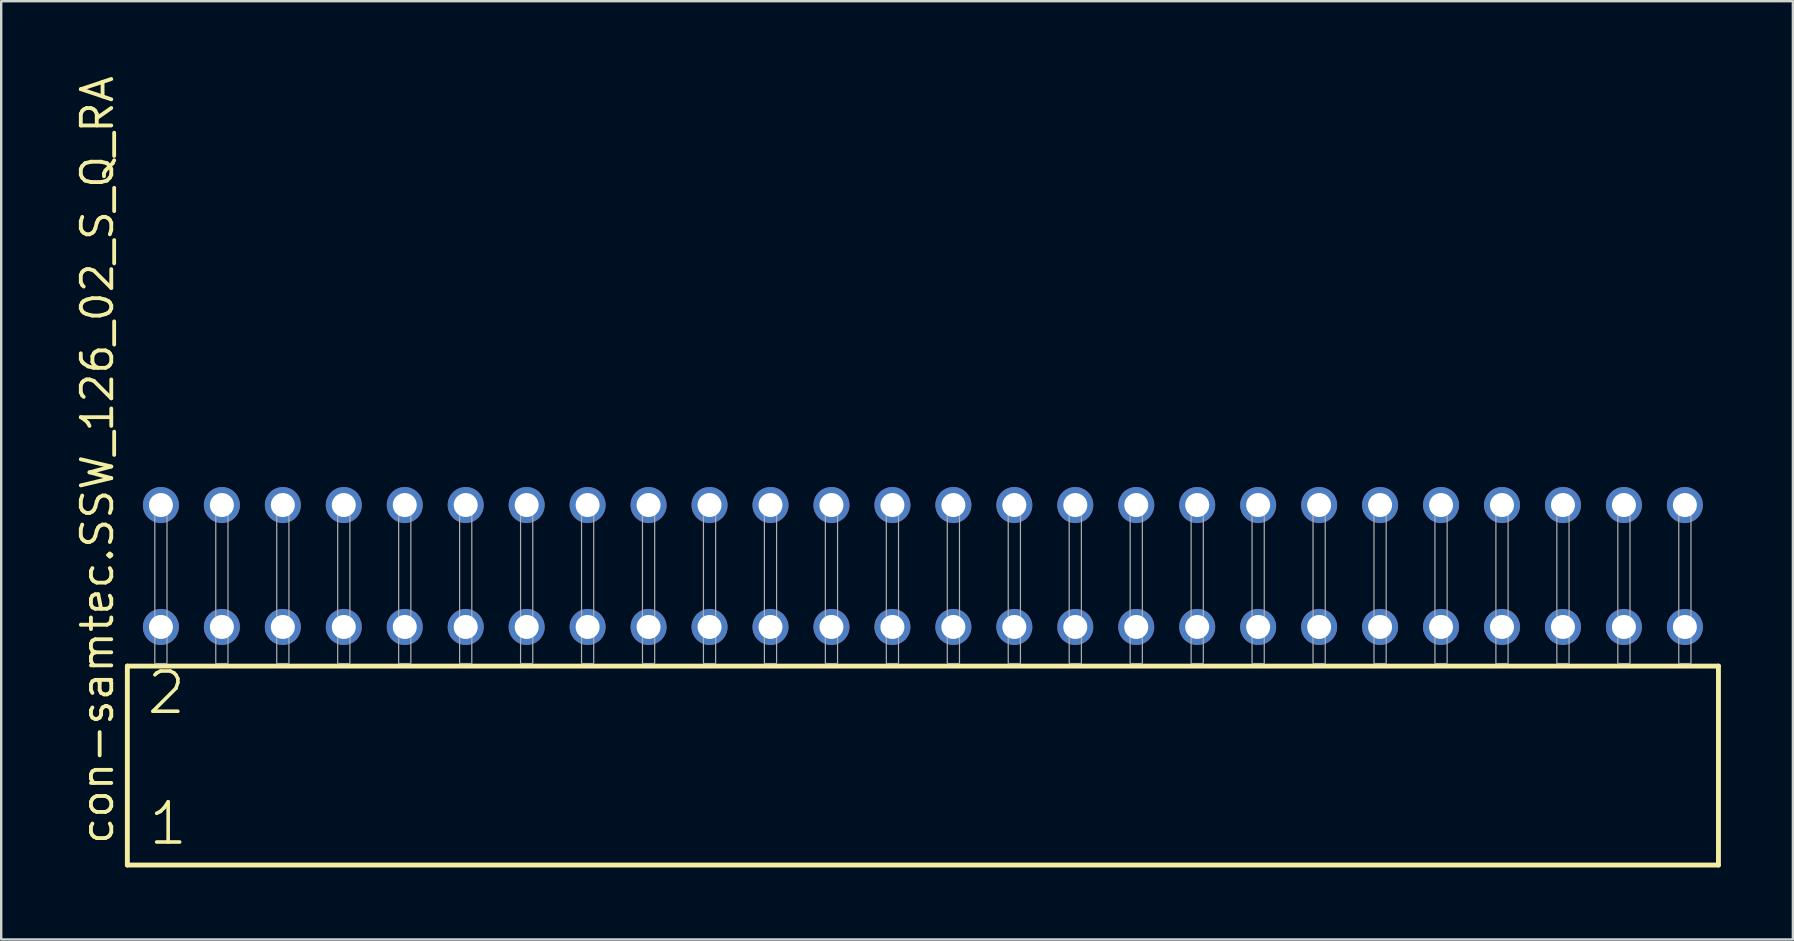
<source format=kicad_pcb>
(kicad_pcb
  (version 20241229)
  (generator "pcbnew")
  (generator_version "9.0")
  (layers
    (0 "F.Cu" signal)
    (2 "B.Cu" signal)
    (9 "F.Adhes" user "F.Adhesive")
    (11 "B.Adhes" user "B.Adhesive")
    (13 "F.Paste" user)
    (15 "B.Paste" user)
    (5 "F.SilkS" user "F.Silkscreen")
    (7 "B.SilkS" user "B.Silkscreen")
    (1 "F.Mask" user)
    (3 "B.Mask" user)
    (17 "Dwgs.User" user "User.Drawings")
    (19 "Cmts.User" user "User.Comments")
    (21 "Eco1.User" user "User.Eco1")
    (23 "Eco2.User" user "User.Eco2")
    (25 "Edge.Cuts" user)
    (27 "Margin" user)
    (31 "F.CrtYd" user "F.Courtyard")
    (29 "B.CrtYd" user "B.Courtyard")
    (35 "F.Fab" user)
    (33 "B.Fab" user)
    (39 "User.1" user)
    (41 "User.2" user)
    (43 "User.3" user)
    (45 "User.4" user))
  (footprint "con-samtec.SSW_126_02_S_Q_RA"
    (layer "F.Cu")
    (at 35.405 24.598)
    (property "Reference" "con-samtec.SSW_126_02_S_Q_RA" (at -33.655 7.62 90) (layer "F.SilkS") (effects (font (size 1.27 1.27) (thickness 0.16)) (justify left bottom)))
    (attr through_hole)
    (fp_line (start -33.149 0.106) (end -33.149 8.396) (stroke (width 0.203) (type default)) (layer "F.SilkS"))
    (fp_line (start -33.149 8.396) (end 33.149 8.396) (stroke (width 0.203) (type default)) (layer "F.SilkS"))
    (fp_line (start 33.149 0.106) (end -33.149 0.106) (stroke (width 0.203) (type default)) (layer "F.SilkS"))
    (fp_line (start 33.149 8.396) (end 33.149 0.106) (stroke (width 0.203) (type default)) (layer "F.SilkS"))
    (fp_rect (start -32.004 0) (end -31.496 -6.858) (stroke (width 0.05) (type default)) (fill no) (layer "F.Fab"))
    (fp_rect (start -29.464 0) (end -28.956 -6.858) (stroke (width 0.05) (type default)) (fill no) (layer "F.Fab"))
    (fp_rect (start -26.924 0) (end -26.416 -6.858) (stroke (width 0.05) (type default)) (fill no) (layer "F.Fab"))
    (fp_rect (start -24.384 0) (end -23.876 -6.858) (stroke (width 0.05) (type default)) (fill no) (layer "F.Fab"))
    (fp_rect (start -21.844 0) (end -21.336 -6.858) (stroke (width 0.05) (type default)) (fill no) (layer "F.Fab"))
    (fp_rect (start -19.304 0) (end -18.796 -6.858) (stroke (width 0.05) (type default)) (fill no) (layer "F.Fab"))
    (fp_rect (start -16.764 0) (end -16.256 -6.858) (stroke (width 0.05) (type default)) (fill no) (layer "F.Fab"))
    (fp_rect (start -14.224 0) (end -13.716 -6.858) (stroke (width 0.05) (type default)) (fill no) (layer "F.Fab"))
    (fp_rect (start -11.684 0) (end -11.176 -6.858) (stroke (width 0.05) (type default)) (fill no) (layer "F.Fab"))
    (fp_rect (start -9.144 0) (end -8.636 -6.858) (stroke (width 0.05) (type default)) (fill no) (layer "F.Fab"))
    (fp_rect (start -6.604 0) (end -6.096 -6.858) (stroke (width 0.05) (type default)) (fill no) (layer "F.Fab"))
    (fp_rect (start -4.064 0) (end -3.556 -6.858) (stroke (width 0.05) (type default)) (fill no) (layer "F.Fab"))
    (fp_rect (start -1.524 0) (end -1.016 -6.858) (stroke (width 0.05) (type default)) (fill no) (layer "F.Fab"))
    (fp_rect (start 1.016 0) (end 1.524 -6.858) (stroke (width 0.05) (type default)) (fill no) (layer "F.Fab"))
    (fp_rect (start 3.556 0) (end 4.064 -6.858) (stroke (width 0.05) (type default)) (fill no) (layer "F.Fab"))
    (fp_rect (start 6.096 0) (end 6.604 -6.858) (stroke (width 0.05) (type default)) (fill no) (layer "F.Fab"))
    (fp_rect (start 8.636 0) (end 9.144 -6.858) (stroke (width 0.05) (type default)) (fill no) (layer "F.Fab"))
    (fp_rect (start 11.176 0) (end 11.684 -6.858) (stroke (width 0.05) (type default)) (fill no) (layer "F.Fab"))
    (fp_rect (start 13.716 0) (end 14.224 -6.858) (stroke (width 0.05) (type default)) (fill no) (layer "F.Fab"))
    (fp_rect (start 16.256 0) (end 16.764 -6.858) (stroke (width 0.05) (type default)) (fill no) (layer "F.Fab"))
    (fp_rect (start 18.796 0) (end 19.304 -6.858) (stroke (width 0.05) (type default)) (fill no) (layer "F.Fab"))
    (fp_rect (start 21.336 0) (end 21.844 -6.858) (stroke (width 0.05) (type default)) (fill no) (layer "F.Fab"))
    (fp_rect (start 23.876 0) (end 24.384 -6.858) (stroke (width 0.05) (type default)) (fill no) (layer "F.Fab"))
    (fp_rect (start 26.416 0) (end 26.924 -6.858) (stroke (width 0.05) (type default)) (fill no) (layer "F.Fab"))
    (fp_rect (start 28.956 0) (end 29.464 -6.858) (stroke (width 0.05) (type default)) (fill no) (layer "F.Fab"))
    (fp_rect (start 31.496 0) (end 32.004 -6.858) (stroke (width 0.05) (type default)) (fill no) (layer "F.Fab"))
    (fp_text user "1" (at -32.345 7.65 0) (layer "F.SilkS") (effects (font (size 1.676 1.676) (thickness 0.15)) (justify left bottom)))
    (fp_text user "2" (at -32.42 2.2 0) (layer "F.SilkS") (effects (font (size 1.676 1.676) (thickness 0.15)) (justify left bottom)))
    (pad "1" thru_hole circle (at -31.75 -1.524) (size 1.5 1.5) (drill 1) (layers "*.Cu" "*.Mask"))
    (pad "2" thru_hole circle (at -31.75 -6.604) (size 1.5 1.5) (drill 1) (layers "*.Cu" "*.Mask"))
    (pad "3" thru_hole circle (at -29.21 -1.524) (size 1.5 1.5) (drill 1) (layers "*.Cu" "*.Mask"))
    (pad "4" thru_hole circle (at -29.21 -6.604) (size 1.5 1.5) (drill 1) (layers "*.Cu" "*.Mask"))
    (pad "5" thru_hole circle (at -26.67 -1.524) (size 1.5 1.5) (drill 1) (layers "*.Cu" "*.Mask"))
    (pad "6" thru_hole circle (at -26.67 -6.604) (size 1.5 1.5) (drill 1) (layers "*.Cu" "*.Mask"))
    (pad "7" thru_hole circle (at -24.13 -1.524) (size 1.5 1.5) (drill 1) (layers "*.Cu" "*.Mask"))
    (pad "8" thru_hole circle (at -24.13 -6.604) (size 1.5 1.5) (drill 1) (layers "*.Cu" "*.Mask"))
    (pad "9" thru_hole circle (at -21.59 -1.524) (size 1.5 1.5) (drill 1) (layers "*.Cu" "*.Mask"))
    (pad "10" thru_hole circle (at -21.59 -6.604) (size 1.5 1.5) (drill 1) (layers "*.Cu" "*.Mask"))
    (pad "11" thru_hole circle (at -19.05 -1.524) (size 1.5 1.5) (drill 1) (layers "*.Cu" "*.Mask"))
    (pad "12" thru_hole circle (at -19.05 -6.604) (size 1.5 1.5) (drill 1) (layers "*.Cu" "*.Mask"))
    (pad "13" thru_hole circle (at -16.51 -1.524) (size 1.5 1.5) (drill 1) (layers "*.Cu" "*.Mask"))
    (pad "14" thru_hole circle (at -16.51 -6.604) (size 1.5 1.5) (drill 1) (layers "*.Cu" "*.Mask"))
    (pad "15" thru_hole circle (at -13.97 -1.524) (size 1.5 1.5) (drill 1) (layers "*.Cu" "*.Mask"))
    (pad "16" thru_hole circle (at -13.97 -6.604) (size 1.5 1.5) (drill 1) (layers "*.Cu" "*.Mask"))
    (pad "17" thru_hole circle (at -11.43 -1.524) (size 1.5 1.5) (drill 1) (layers "*.Cu" "*.Mask"))
    (pad "18" thru_hole circle (at -11.43 -6.604) (size 1.5 1.5) (drill 1) (layers "*.Cu" "*.Mask"))
    (pad "19" thru_hole circle (at -8.89 -1.524) (size 1.5 1.5) (drill 1) (layers "*.Cu" "*.Mask"))
    (pad "20" thru_hole circle (at -8.89 -6.604) (size 1.5 1.5) (drill 1) (layers "*.Cu" "*.Mask"))
    (pad "21" thru_hole circle (at -6.35 -1.524) (size 1.5 1.5) (drill 1) (layers "*.Cu" "*.Mask"))
    (pad "22" thru_hole circle (at -6.35 -6.604) (size 1.5 1.5) (drill 1) (layers "*.Cu" "*.Mask"))
    (pad "23" thru_hole circle (at -3.81 -1.524) (size 1.5 1.5) (drill 1) (layers "*.Cu" "*.Mask"))
    (pad "24" thru_hole circle (at -3.81 -6.604) (size 1.5 1.5) (drill 1) (layers "*.Cu" "*.Mask"))
    (pad "25" thru_hole circle (at -1.27 -1.524) (size 1.5 1.5) (drill 1) (layers "*.Cu" "*.Mask"))
    (pad "26" thru_hole circle (at -1.27 -6.604) (size 1.5 1.5) (drill 1) (layers "*.Cu" "*.Mask"))
    (pad "27" thru_hole circle (at 1.27 -1.524) (size 1.5 1.5) (drill 1) (layers "*.Cu" "*.Mask"))
    (pad "28" thru_hole circle (at 1.27 -6.604) (size 1.5 1.5) (drill 1) (layers "*.Cu" "*.Mask"))
    (pad "29" thru_hole circle (at 3.81 -1.524) (size 1.5 1.5) (drill 1) (layers "*.Cu" "*.Mask"))
    (pad "30" thru_hole circle (at 3.81 -6.604) (size 1.5 1.5) (drill 1) (layers "*.Cu" "*.Mask"))
    (pad "31" thru_hole circle (at 6.35 -1.524) (size 1.5 1.5) (drill 1) (layers "*.Cu" "*.Mask"))
    (pad "32" thru_hole circle (at 6.35 -6.604) (size 1.5 1.5) (drill 1) (layers "*.Cu" "*.Mask"))
    (pad "33" thru_hole circle (at 8.89 -1.524) (size 1.5 1.5) (drill 1) (layers "*.Cu" "*.Mask"))
    (pad "34" thru_hole circle (at 8.89 -6.604) (size 1.5 1.5) (drill 1) (layers "*.Cu" "*.Mask"))
    (pad "35" thru_hole circle (at 11.43 -1.524) (size 1.5 1.5) (drill 1) (layers "*.Cu" "*.Mask"))
    (pad "36" thru_hole circle (at 11.43 -6.604) (size 1.5 1.5) (drill 1) (layers "*.Cu" "*.Mask"))
    (pad "37" thru_hole circle (at 13.97 -1.524) (size 1.5 1.5) (drill 1) (layers "*.Cu" "*.Mask"))
    (pad "38" thru_hole circle (at 13.97 -6.604) (size 1.5 1.5) (drill 1) (layers "*.Cu" "*.Mask"))
    (pad "39" thru_hole circle (at 16.51 -1.524) (size 1.5 1.5) (drill 1) (layers "*.Cu" "*.Mask"))
    (pad "40" thru_hole circle (at 16.51 -6.604) (size 1.5 1.5) (drill 1) (layers "*.Cu" "*.Mask"))
    (pad "41" thru_hole circle (at 19.05 -1.524) (size 1.5 1.5) (drill 1) (layers "*.Cu" "*.Mask"))
    (pad "42" thru_hole circle (at 19.05 -6.604) (size 1.5 1.5) (drill 1) (layers "*.Cu" "*.Mask"))
    (pad "43" thru_hole circle (at 21.59 -1.524) (size 1.5 1.5) (drill 1) (layers "*.Cu" "*.Mask"))
    (pad "44" thru_hole circle (at 21.59 -6.604) (size 1.5 1.5) (drill 1) (layers "*.Cu" "*.Mask"))
    (pad "45" thru_hole circle (at 24.13 -1.524) (size 1.5 1.5) (drill 1) (layers "*.Cu" "*.Mask"))
    (pad "46" thru_hole circle (at 24.13 -6.604) (size 1.5 1.5) (drill 1) (layers "*.Cu" "*.Mask"))
    (pad "47" thru_hole circle (at 26.67 -1.524) (size 1.5 1.5) (drill 1) (layers "*.Cu" "*.Mask"))
    (pad "48" thru_hole circle (at 26.67 -6.604) (size 1.5 1.5) (drill 1) (layers "*.Cu" "*.Mask"))
    (pad "49" thru_hole circle (at 29.21 -1.524) (size 1.5 1.5) (drill 1) (layers "*.Cu" "*.Mask"))
    (pad "50" thru_hole circle (at 29.21 -6.604) (size 1.5 1.5) (drill 1) (layers "*.Cu" "*.Mask"))
    (pad "51" thru_hole circle (at 31.75 -1.524) (size 1.5 1.5) (drill 1) (layers "*.Cu" "*.Mask"))
    (pad "52" thru_hole circle (at 31.75 -6.604) (size 1.5 1.5) (drill 1) (layers "*.Cu" "*.Mask")))
  (gr_rect
    (start -3 -3)
    (end 71.656 36.096)
    (stroke (width 0.1) (type default))
    (fill no)
    (layer "Edge.Cuts")))
</source>
